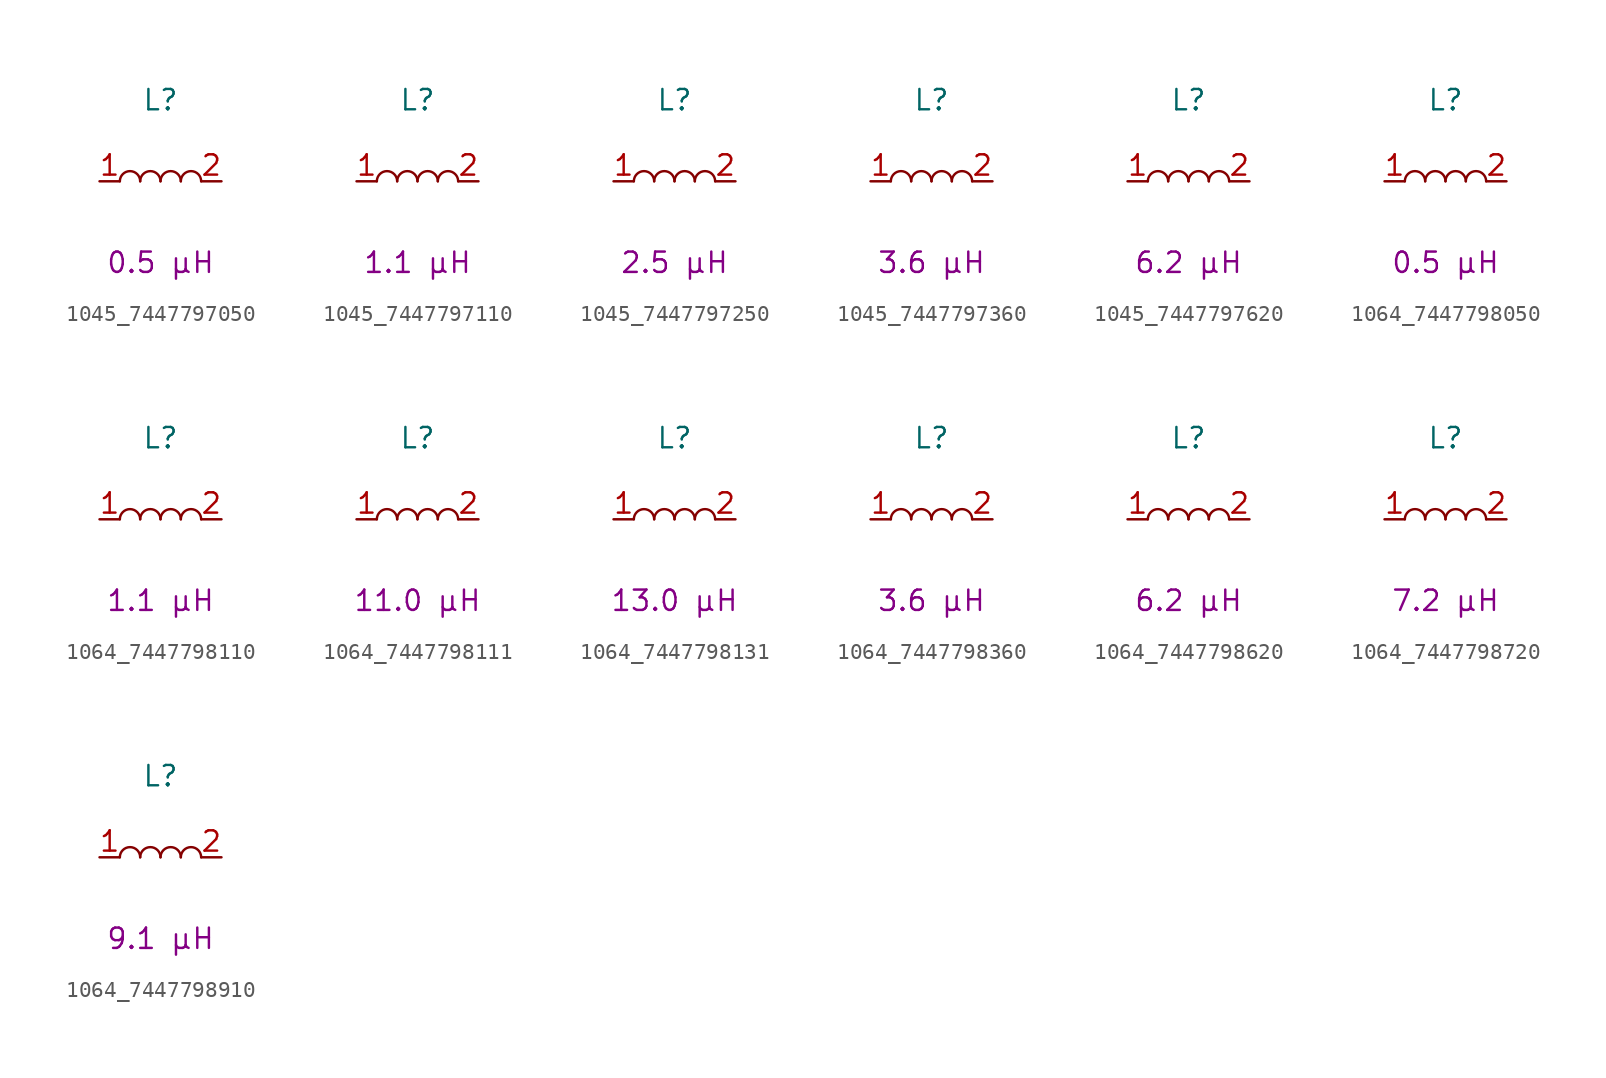
<source format=kicad_sym>
(kicad_symbol_lib
  (version 20220914)
  (generator kicad_symbol_editor)
  (symbol "1045_7447797050"
    (pin_names hide)
    (property "Reference" "L"
      (at 0 5.08 0)
      (effects (font (size 1.27 1.27))))
    (property "Critical Parameter" "0.5 µH"
      (at 0 -5.08 0)
      (effects (font (size 1.27 1.27))))
    (symbol "1045_7447797050_0_1"
      (arc (start -1.27 0) (mid -1.905 0.6323) (end -2.54 0) (stroke (width 0) (type default)) (fill (type none)))
      (arc (start 0 0) (mid -0.635 0.6323) (end -1.27 0) (stroke (width 0) (type default)) (fill (type none)))
      (arc (start 1.27 0) (mid 0.635 0.6323) (end 0 0) (stroke (width 0) (type default)) (fill (type none)))
      (arc (start 2.54 0) (mid 1.905 0.6323) (end 1.27 0) (stroke (width 0) (type default)) (fill (type none))))
    (symbol "1045_7447797050_1_1"
      (pin passive line (at -3.81 0 0) (length 1.27) (name "1" (effects (font (size 1.27 1.27)))) (number "1" (effects (font (size 1.27 1.27)))))
      (pin passive line (at 3.81 0 180) (length 1.27) (name "2" (effects (font (size 1.27 1.27)))) (number "2" (effects (font (size 1.27 1.27)))))))
  (symbol "1045_7447797110"
    (pin_names hide)
    (property "Reference" "L"
      (at 0 5.08 0)
      (effects (font (size 1.27 1.27))))
    (property "Critical Parameter" "1.1 µH"
      (at 0 -5.08 0)
      (effects (font (size 1.27 1.27))))
    (symbol "1045_7447797110_0_1"
      (arc (start -1.27 0) (mid -1.905 0.6323) (end -2.54 0) (stroke (width 0) (type default)) (fill (type none)))
      (arc (start 0 0) (mid -0.635 0.6323) (end -1.27 0) (stroke (width 0) (type default)) (fill (type none)))
      (arc (start 1.27 0) (mid 0.635 0.6323) (end 0 0) (stroke (width 0) (type default)) (fill (type none)))
      (arc (start 2.54 0) (mid 1.905 0.6323) (end 1.27 0) (stroke (width 0) (type default)) (fill (type none))))
    (symbol "1045_7447797110_1_1"
      (pin passive line (at -3.81 0 0) (length 1.27) (name "1" (effects (font (size 1.27 1.27)))) (number "1" (effects (font (size 1.27 1.27)))))
      (pin passive line (at 3.81 0 180) (length 1.27) (name "2" (effects (font (size 1.27 1.27)))) (number "2" (effects (font (size 1.27 1.27)))))))
  (symbol "1045_7447797250"
    (pin_names hide)
    (property "Reference" "L"
      (at 0 5.08 0)
      (effects (font (size 1.27 1.27))))
    (property "Critical Parameter" "2.5 µH"
      (at 0 -5.08 0)
      (effects (font (size 1.27 1.27))))
    (symbol "1045_7447797250_0_1"
      (arc (start -1.27 0) (mid -1.905 0.6323) (end -2.54 0) (stroke (width 0) (type default)) (fill (type none)))
      (arc (start 0 0) (mid -0.635 0.6323) (end -1.27 0) (stroke (width 0) (type default)) (fill (type none)))
      (arc (start 1.27 0) (mid 0.635 0.6323) (end 0 0) (stroke (width 0) (type default)) (fill (type none)))
      (arc (start 2.54 0) (mid 1.905 0.6323) (end 1.27 0) (stroke (width 0) (type default)) (fill (type none))))
    (symbol "1045_7447797250_1_1"
      (pin passive line (at -3.81 0 0) (length 1.27) (name "1" (effects (font (size 1.27 1.27)))) (number "1" (effects (font (size 1.27 1.27)))))
      (pin passive line (at 3.81 0 180) (length 1.27) (name "2" (effects (font (size 1.27 1.27)))) (number "2" (effects (font (size 1.27 1.27)))))))
  (symbol "1045_7447797360"
    (pin_names hide)
    (property "Reference" "L"
      (at 0 5.08 0)
      (effects (font (size 1.27 1.27))))
    (property "Critical Parameter" "3.6 µH"
      (at 0 -5.08 0)
      (effects (font (size 1.27 1.27))))
    (symbol "1045_7447797360_0_1"
      (arc (start -1.27 0) (mid -1.905 0.6323) (end -2.54 0) (stroke (width 0) (type default)) (fill (type none)))
      (arc (start 0 0) (mid -0.635 0.6323) (end -1.27 0) (stroke (width 0) (type default)) (fill (type none)))
      (arc (start 1.27 0) (mid 0.635 0.6323) (end 0 0) (stroke (width 0) (type default)) (fill (type none)))
      (arc (start 2.54 0) (mid 1.905 0.6323) (end 1.27 0) (stroke (width 0) (type default)) (fill (type none))))
    (symbol "1045_7447797360_1_1"
      (pin passive line (at -3.81 0 0) (length 1.27) (name "1" (effects (font (size 1.27 1.27)))) (number "1" (effects (font (size 1.27 1.27)))))
      (pin passive line (at 3.81 0 180) (length 1.27) (name "2" (effects (font (size 1.27 1.27)))) (number "2" (effects (font (size 1.27 1.27)))))))
  (symbol "1045_7447797620"
    (pin_names hide)
    (property "Reference" "L"
      (at 0 5.08 0)
      (effects (font (size 1.27 1.27))))
    (property "Critical Parameter" "6.2 µH"
      (at 0 -5.08 0)
      (effects (font (size 1.27 1.27))))
    (symbol "1045_7447797620_0_1"
      (arc (start -1.27 0) (mid -1.905 0.6323) (end -2.54 0) (stroke (width 0) (type default)) (fill (type none)))
      (arc (start 0 0) (mid -0.635 0.6323) (end -1.27 0) (stroke (width 0) (type default)) (fill (type none)))
      (arc (start 1.27 0) (mid 0.635 0.6323) (end 0 0) (stroke (width 0) (type default)) (fill (type none)))
      (arc (start 2.54 0) (mid 1.905 0.6323) (end 1.27 0) (stroke (width 0) (type default)) (fill (type none))))
    (symbol "1045_7447797620_1_1"
      (pin passive line (at -3.81 0 0) (length 1.27) (name "1" (effects (font (size 1.27 1.27)))) (number "1" (effects (font (size 1.27 1.27)))))
      (pin passive line (at 3.81 0 180) (length 1.27) (name "2" (effects (font (size 1.27 1.27)))) (number "2" (effects (font (size 1.27 1.27)))))))
  (symbol "1064_7447798050"
    (pin_names hide)
    (property "Reference" "L"
      (at 0 5.08 0)
      (effects (font (size 1.27 1.27))))
    (property "Critical Parameter" "0.5 µH"
      (at 0 -5.08 0)
      (effects (font (size 1.27 1.27))))
    (symbol "1064_7447798050_0_1"
      (arc (start -1.27 0) (mid -1.905 0.6323) (end -2.54 0) (stroke (width 0) (type default)) (fill (type none)))
      (arc (start 0 0) (mid -0.635 0.6323) (end -1.27 0) (stroke (width 0) (type default)) (fill (type none)))
      (arc (start 1.27 0) (mid 0.635 0.6323) (end 0 0) (stroke (width 0) (type default)) (fill (type none)))
      (arc (start 2.54 0) (mid 1.905 0.6323) (end 1.27 0) (stroke (width 0) (type default)) (fill (type none))))
    (symbol "1064_7447798050_1_1"
      (pin passive line (at -3.81 0 0) (length 1.27) (name "1" (effects (font (size 1.27 1.27)))) (number "1" (effects (font (size 1.27 1.27)))))
      (pin passive line (at 3.81 0 180) (length 1.27) (name "2" (effects (font (size 1.27 1.27)))) (number "2" (effects (font (size 1.27 1.27)))))))
  (symbol "1064_7447798110"
    (pin_names hide)
    (property "Reference" "L"
      (at 0 5.08 0)
      (effects (font (size 1.27 1.27))))
    (property "Critical Parameter" "1.1 µH"
      (at 0 -5.08 0)
      (effects (font (size 1.27 1.27))))
    (symbol "1064_7447798110_0_1"
      (arc (start -1.27 0) (mid -1.905 0.6323) (end -2.54 0) (stroke (width 0) (type default)) (fill (type none)))
      (arc (start 0 0) (mid -0.635 0.6323) (end -1.27 0) (stroke (width 0) (type default)) (fill (type none)))
      (arc (start 1.27 0) (mid 0.635 0.6323) (end 0 0) (stroke (width 0) (type default)) (fill (type none)))
      (arc (start 2.54 0) (mid 1.905 0.6323) (end 1.27 0) (stroke (width 0) (type default)) (fill (type none))))
    (symbol "1064_7447798110_1_1"
      (pin passive line (at -3.81 0 0) (length 1.27) (name "1" (effects (font (size 1.27 1.27)))) (number "1" (effects (font (size 1.27 1.27)))))
      (pin passive line (at 3.81 0 180) (length 1.27) (name "2" (effects (font (size 1.27 1.27)))) (number "2" (effects (font (size 1.27 1.27)))))))
  (symbol "1064_7447798111"
    (pin_names hide)
    (property "Reference" "L"
      (at 0 5.08 0)
      (effects (font (size 1.27 1.27))))
    (property "Critical Parameter" "11.0 µH"
      (at 0 -5.08 0)
      (effects (font (size 1.27 1.27))))
    (symbol "1064_7447798111_0_1"
      (arc (start -1.27 0) (mid -1.905 0.6323) (end -2.54 0) (stroke (width 0) (type default)) (fill (type none)))
      (arc (start 0 0) (mid -0.635 0.6323) (end -1.27 0) (stroke (width 0) (type default)) (fill (type none)))
      (arc (start 1.27 0) (mid 0.635 0.6323) (end 0 0) (stroke (width 0) (type default)) (fill (type none)))
      (arc (start 2.54 0) (mid 1.905 0.6323) (end 1.27 0) (stroke (width 0) (type default)) (fill (type none))))
    (symbol "1064_7447798111_1_1"
      (pin passive line (at -3.81 0 0) (length 1.27) (name "1" (effects (font (size 1.27 1.27)))) (number "1" (effects (font (size 1.27 1.27)))))
      (pin passive line (at 3.81 0 180) (length 1.27) (name "2" (effects (font (size 1.27 1.27)))) (number "2" (effects (font (size 1.27 1.27)))))))
  (symbol "1064_7447798131"
    (pin_names hide)
    (property "Reference" "L"
      (at 0 5.08 0)
      (effects (font (size 1.27 1.27))))
    (property "Critical Parameter" "13.0 µH"
      (at 0 -5.08 0)
      (effects (font (size 1.27 1.27))))
    (symbol "1064_7447798131_0_1"
      (arc (start -1.27 0) (mid -1.905 0.6323) (end -2.54 0) (stroke (width 0) (type default)) (fill (type none)))
      (arc (start 0 0) (mid -0.635 0.6323) (end -1.27 0) (stroke (width 0) (type default)) (fill (type none)))
      (arc (start 1.27 0) (mid 0.635 0.6323) (end 0 0) (stroke (width 0) (type default)) (fill (type none)))
      (arc (start 2.54 0) (mid 1.905 0.6323) (end 1.27 0) (stroke (width 0) (type default)) (fill (type none))))
    (symbol "1064_7447798131_1_1"
      (pin passive line (at -3.81 0 0) (length 1.27) (name "1" (effects (font (size 1.27 1.27)))) (number "1" (effects (font (size 1.27 1.27)))))
      (pin passive line (at 3.81 0 180) (length 1.27) (name "2" (effects (font (size 1.27 1.27)))) (number "2" (effects (font (size 1.27 1.27)))))))
  (symbol "1064_7447798360"
    (pin_names hide)
    (property "Reference" "L"
      (at 0 5.08 0)
      (effects (font (size 1.27 1.27))))
    (property "Critical Parameter" "3.6 µH"
      (at 0 -5.08 0)
      (effects (font (size 1.27 1.27))))
    (symbol "1064_7447798360_0_1"
      (arc (start -1.27 0) (mid -1.905 0.6323) (end -2.54 0) (stroke (width 0) (type default)) (fill (type none)))
      (arc (start 0 0) (mid -0.635 0.6323) (end -1.27 0) (stroke (width 0) (type default)) (fill (type none)))
      (arc (start 1.27 0) (mid 0.635 0.6323) (end 0 0) (stroke (width 0) (type default)) (fill (type none)))
      (arc (start 2.54 0) (mid 1.905 0.6323) (end 1.27 0) (stroke (width 0) (type default)) (fill (type none))))
    (symbol "1064_7447798360_1_1"
      (pin passive line (at -3.81 0 0) (length 1.27) (name "1" (effects (font (size 1.27 1.27)))) (number "1" (effects (font (size 1.27 1.27)))))
      (pin passive line (at 3.81 0 180) (length 1.27) (name "2" (effects (font (size 1.27 1.27)))) (number "2" (effects (font (size 1.27 1.27)))))))
  (symbol "1064_7447798620"
    (pin_names hide)
    (property "Reference" "L"
      (at 0 5.08 0)
      (effects (font (size 1.27 1.27))))
    (property "Critical Parameter" "6.2 µH"
      (at 0 -5.08 0)
      (effects (font (size 1.27 1.27))))
    (symbol "1064_7447798620_0_1"
      (arc (start -1.27 0) (mid -1.905 0.6323) (end -2.54 0) (stroke (width 0) (type default)) (fill (type none)))
      (arc (start 0 0) (mid -0.635 0.6323) (end -1.27 0) (stroke (width 0) (type default)) (fill (type none)))
      (arc (start 1.27 0) (mid 0.635 0.6323) (end 0 0) (stroke (width 0) (type default)) (fill (type none)))
      (arc (start 2.54 0) (mid 1.905 0.6323) (end 1.27 0) (stroke (width 0) (type default)) (fill (type none))))
    (symbol "1064_7447798620_1_1"
      (pin passive line (at -3.81 0 0) (length 1.27) (name "1" (effects (font (size 1.27 1.27)))) (number "1" (effects (font (size 1.27 1.27)))))
      (pin passive line (at 3.81 0 180) (length 1.27) (name "2" (effects (font (size 1.27 1.27)))) (number "2" (effects (font (size 1.27 1.27)))))))
  (symbol "1064_7447798720"
    (pin_names hide)
    (property "Reference" "L"
      (at 0 5.08 0)
      (effects (font (size 1.27 1.27))))
    (property "Critical Parameter" "7.2 µH"
      (at 0 -5.08 0)
      (effects (font (size 1.27 1.27))))
    (symbol "1064_7447798720_0_1"
      (arc (start -1.27 0) (mid -1.905 0.6323) (end -2.54 0) (stroke (width 0) (type default)) (fill (type none)))
      (arc (start 0 0) (mid -0.635 0.6323) (end -1.27 0) (stroke (width 0) (type default)) (fill (type none)))
      (arc (start 1.27 0) (mid 0.635 0.6323) (end 0 0) (stroke (width 0) (type default)) (fill (type none)))
      (arc (start 2.54 0) (mid 1.905 0.6323) (end 1.27 0) (stroke (width 0) (type default)) (fill (type none))))
    (symbol "1064_7447798720_1_1"
      (pin passive line (at -3.81 0 0) (length 1.27) (name "1" (effects (font (size 1.27 1.27)))) (number "1" (effects (font (size 1.27 1.27)))))
      (pin passive line (at 3.81 0 180) (length 1.27) (name "2" (effects (font (size 1.27 1.27)))) (number "2" (effects (font (size 1.27 1.27)))))))
  (symbol "1064_7447798910"
    (pin_names hide)
    (property "Reference" "L"
      (at 0 5.08 0)
      (effects (font (size 1.27 1.27))))
    (property "Critical Parameter" "9.1 µH"
      (at 0 -5.08 0)
      (effects (font (size 1.27 1.27))))
    (symbol "1064_7447798910_0_1"
      (arc (start -1.27 0) (mid -1.905 0.6323) (end -2.54 0) (stroke (width 0) (type default)) (fill (type none)))
      (arc (start 0 0) (mid -0.635 0.6323) (end -1.27 0) (stroke (width 0) (type default)) (fill (type none)))
      (arc (start 1.27 0) (mid 0.635 0.6323) (end 0 0) (stroke (width 0) (type default)) (fill (type none)))
      (arc (start 2.54 0) (mid 1.905 0.6323) (end 1.27 0) (stroke (width 0) (type default)) (fill (type none))))
    (symbol "1064_7447798910_1_1"
      (pin passive line (at -3.81 0 0) (length 1.27) (name "1" (effects (font (size 1.27 1.27)))) (number "1" (effects (font (size 1.27 1.27)))))
      (pin passive line (at 3.81 0 180) (length 1.27) (name "2" (effects (font (size 1.27 1.27)))) (number "2" (effects (font (size 1.27 1.27))))))))
</source>
